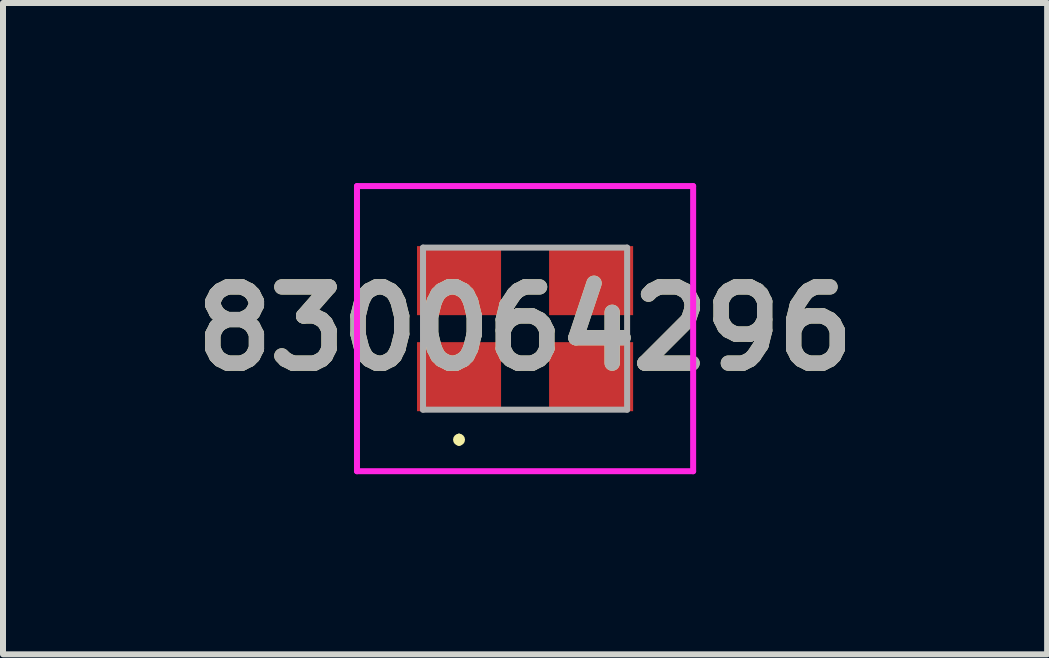
<source format=kicad_pcb>
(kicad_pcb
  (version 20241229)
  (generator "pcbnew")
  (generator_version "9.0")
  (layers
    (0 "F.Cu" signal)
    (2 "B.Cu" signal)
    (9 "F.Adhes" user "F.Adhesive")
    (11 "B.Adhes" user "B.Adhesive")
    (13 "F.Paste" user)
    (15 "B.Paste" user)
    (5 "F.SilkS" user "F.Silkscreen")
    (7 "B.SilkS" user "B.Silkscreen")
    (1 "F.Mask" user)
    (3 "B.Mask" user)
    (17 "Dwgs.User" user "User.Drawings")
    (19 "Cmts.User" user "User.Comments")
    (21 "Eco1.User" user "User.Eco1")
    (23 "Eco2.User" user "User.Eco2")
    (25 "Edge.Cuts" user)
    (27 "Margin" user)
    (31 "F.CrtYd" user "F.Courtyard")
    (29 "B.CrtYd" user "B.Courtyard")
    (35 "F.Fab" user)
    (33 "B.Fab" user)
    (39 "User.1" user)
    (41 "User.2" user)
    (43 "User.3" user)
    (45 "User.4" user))
  (footprint "830064296"
    (layer "F.Cu")
    (at 5.697 2.425)
    (property "Reference" "830064296" (at 0 0 0) (layer "F.SilkS") (effects (font (size 1.27 1.27) (thickness 0.254))))
    (attr smd)
    (fp_line (start -1.1 1.8) (end -1.1 1.8) (stroke (width 0.1) (type solid)) (layer "F.SilkS"))
    (fp_line (start -1.1 1.9) (end -1.1 1.9) (stroke (width 0.1) (type solid)) (layer "F.SilkS"))
    (fp_arc (start -1.1 1.8) (mid -1.05 1.85) (end -1.1 1.9) (stroke (width 0.1) (type solid)) (layer "F.SilkS"))
    (fp_arc (start -1.1 1.9) (mid -1.15 1.85) (end -1.1 1.8) (stroke (width 0.1) (type solid)) (layer "F.SilkS"))
    (fp_line (start -2.8 -2.375) (end 2.8 -2.375) (stroke (width 0.1) (type solid)) (layer "F.CrtYd"))
    (fp_line (start -2.8 2.375) (end -2.8 -2.375) (stroke (width 0.1) (type solid)) (layer "F.CrtYd"))
    (fp_line (start 2.8 -2.375) (end 2.8 2.375) (stroke (width 0.1) (type solid)) (layer "F.CrtYd"))
    (fp_line (start 2.8 2.375) (end -2.8 2.375) (stroke (width 0.1) (type solid)) (layer "F.CrtYd"))
    (fp_line (start -1.7 -1.35) (end 1.7 -1.35) (stroke (width 0.1) (type solid)) (layer "F.Fab"))
    (fp_line (start -1.7 1.35) (end -1.7 -1.35) (stroke (width 0.1) (type solid)) (layer "F.Fab"))
    (fp_line (start 1.7 -1.35) (end 1.7 1.35) (stroke (width 0.1) (type solid)) (layer "F.Fab"))
    (fp_line (start 1.7 1.35) (end -1.7 1.35) (stroke (width 0.1) (type solid)) (layer "F.Fab"))
    (fp_text user "${REFERENCE}" (at 0 0 0) (layer "F.Fab") (effects (font (size 1.27 1.27) (thickness 0.254))))
    (pad "1" smd rect (at -1.1 0.8 90) (size 1.15 1.4) (layers "F.Cu" "F.Mask" "F.Paste"))
    (pad "2" smd rect (at 1.1 0.8 90) (size 1.15 1.4) (layers "F.Cu" "F.Mask" "F.Paste"))
    (pad "3" smd rect (at 1.1 -0.8 90) (size 1.15 1.4) (layers "F.Cu" "F.Mask" "F.Paste"))
    (pad "4" smd rect (at -1.1 -0.8 90) (size 1.15 1.4) (layers "F.Cu" "F.Mask" "F.Paste")))
  (gr_rect
    (start -3 -3)
    (end 14.394 7.85)
    (stroke (width 0.1) (type default))
    (fill no)
    (layer "Edge.Cuts")))
</source>
